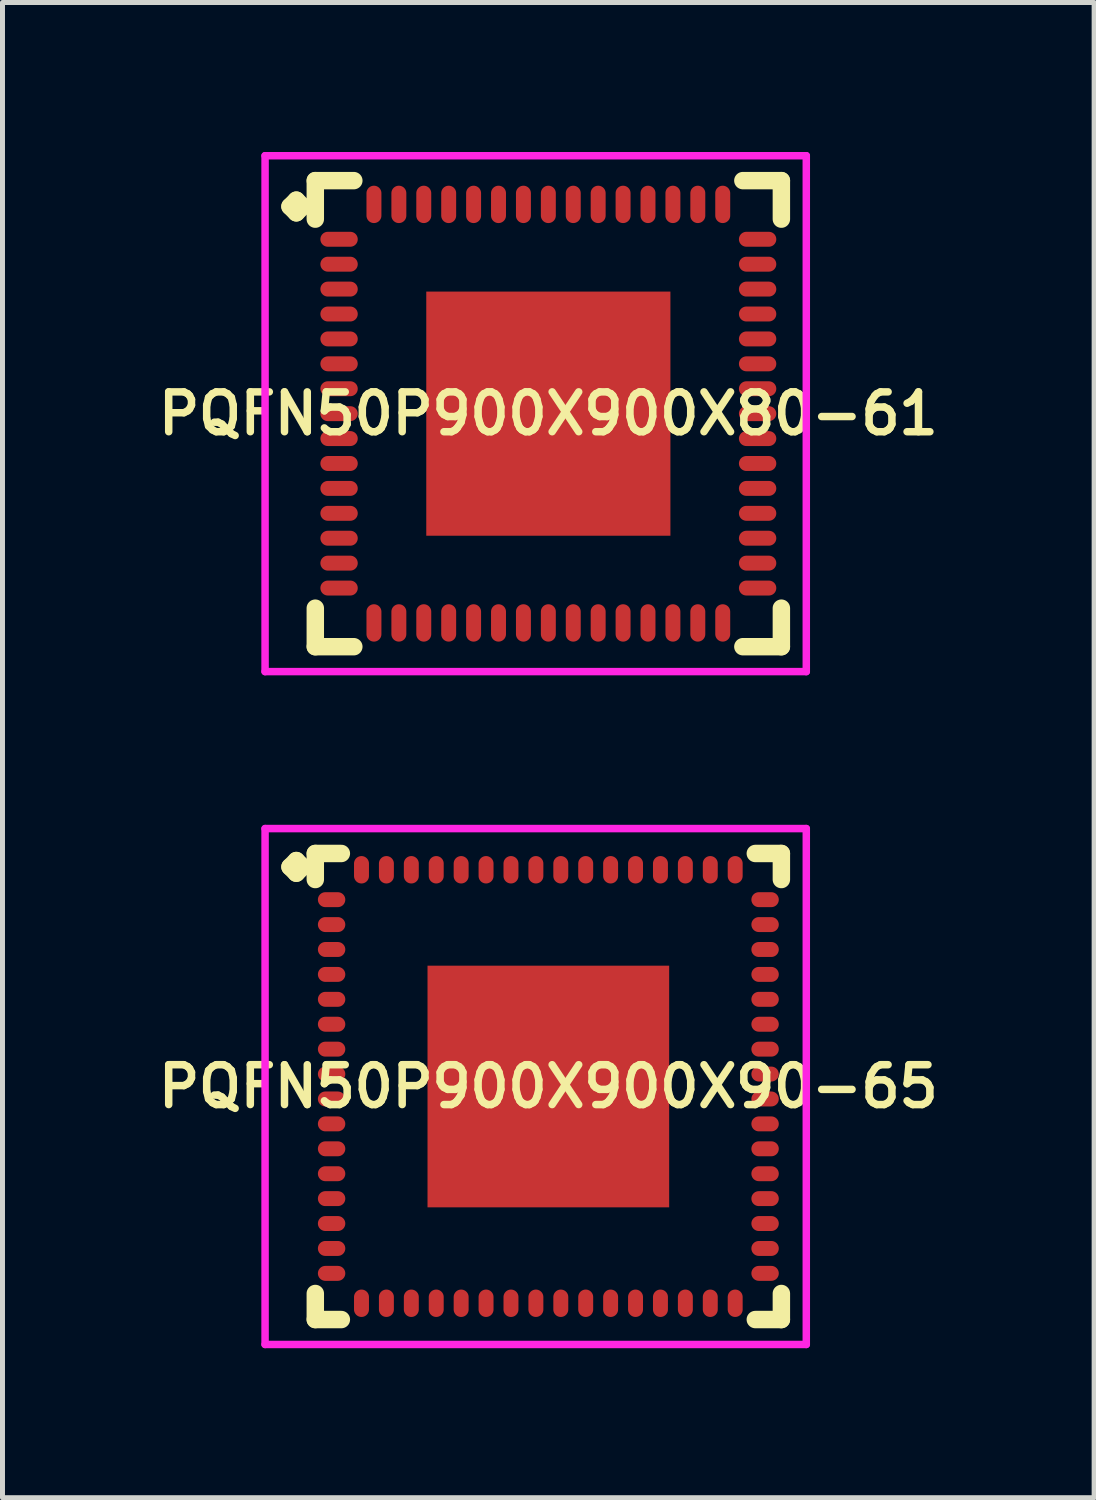
<source format=kicad_pcb>
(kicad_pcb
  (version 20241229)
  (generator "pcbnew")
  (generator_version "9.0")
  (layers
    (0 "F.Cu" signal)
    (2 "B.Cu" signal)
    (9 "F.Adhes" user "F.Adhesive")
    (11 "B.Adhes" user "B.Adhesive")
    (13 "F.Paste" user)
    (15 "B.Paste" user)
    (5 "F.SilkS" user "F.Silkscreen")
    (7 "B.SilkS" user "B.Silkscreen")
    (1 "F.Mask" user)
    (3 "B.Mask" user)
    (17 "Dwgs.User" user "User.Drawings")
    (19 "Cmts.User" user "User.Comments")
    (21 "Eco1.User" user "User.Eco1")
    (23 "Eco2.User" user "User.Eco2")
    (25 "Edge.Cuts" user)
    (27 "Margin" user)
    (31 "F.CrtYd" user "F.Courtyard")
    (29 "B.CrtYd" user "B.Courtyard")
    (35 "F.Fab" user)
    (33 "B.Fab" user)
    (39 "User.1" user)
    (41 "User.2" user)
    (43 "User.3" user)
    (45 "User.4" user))
  (footprint "PQFN50P900X900X90-65"
    (layer "F.Cu")
    (at 7.955 18.756)
    (property "Reference" "PQFN50P900X900X90-65" (at 0 0 0) (layer "F.SilkS") (effects (font (size 0.8 0.8) (thickness 0.15))))
    (attr through_hole)
    (fp_line (start -5.185 -4.408) (end -5.058 -4.535) (stroke (width 0.35) (type solid)) (layer "F.SilkS"))
    (fp_line (start -5.058 -4.535) (end -4.931 -4.408) (stroke (width 0.35) (type solid)) (layer "F.SilkS"))
    (fp_line (start -5.058 -4.281) (end -5.185 -4.408) (stroke (width 0.35) (type solid)) (layer "F.SilkS"))
    (fp_line (start -4.931 -4.408) (end -5.058 -4.281) (stroke (width 0.35) (type solid)) (layer "F.SilkS"))
    (fp_line (start -4.677 -4.677) (end -4.154 -4.677) (stroke (width 0.35) (type solid)) (layer "F.SilkS"))
    (fp_line (start -4.677 -4.154) (end -4.677 -4.677) (stroke (width 0.35) (type solid)) (layer "F.SilkS"))
    (fp_line (start -4.677 4.154) (end -4.677 4.677) (stroke (width 0.35) (type solid)) (layer "F.SilkS"))
    (fp_line (start -4.677 4.677) (end -4.154 4.677) (stroke (width 0.35) (type solid)) (layer "F.SilkS"))
    (fp_line (start 4.154 -4.677) (end 4.677 -4.677) (stroke (width 0.35) (type solid)) (layer "F.SilkS"))
    (fp_line (start 4.154 4.677) (end 4.677 4.677) (stroke (width 0.35) (type solid)) (layer "F.SilkS"))
    (fp_line (start 4.677 -4.677) (end 4.677 -4.154) (stroke (width 0.35) (type solid)) (layer "F.SilkS"))
    (fp_line (start 4.677 4.677) (end 4.677 4.154) (stroke (width 0.35) (type solid)) (layer "F.SilkS"))
    (fp_line (start -5.685 -5.177) (end 5.177 -5.177) (stroke (width 0.15) (type solid)) (layer "F.CrtYd"))
    (fp_line (start -5.685 5.177) (end -5.685 -5.177) (stroke (width 0.15) (type solid)) (layer "F.CrtYd"))
    (fp_line (start 5.177 -5.177) (end 5.177 5.177) (stroke (width 0.15) (type solid)) (layer "F.CrtYd"))
    (fp_line (start 5.177 5.177) (end -5.685 5.177) (stroke (width 0.15) (type solid)) (layer "F.CrtYd"))
    (pad "1" smd oval (at -4.35 -3.75) (size 0.55 0.3) (layers "F.Cu" "F.Mask" "F.Paste"))
    (pad "2" smd oval (at -4.35 -3.25) (size 0.55 0.3) (layers "F.Cu" "F.Mask" "F.Paste"))
    (pad "3" smd oval (at -4.35 -2.75) (size 0.55 0.3) (layers "F.Cu" "F.Mask" "F.Paste"))
    (pad "4" smd oval (at -4.35 -2.25) (size 0.55 0.3) (layers "F.Cu" "F.Mask" "F.Paste"))
    (pad "5" smd oval (at -4.35 -1.75) (size 0.55 0.3) (layers "F.Cu" "F.Mask" "F.Paste"))
    (pad "6" smd oval (at -4.35 -1.25) (size 0.55 0.3) (layers "F.Cu" "F.Mask" "F.Paste"))
    (pad "7" smd oval (at -4.35 -0.75) (size 0.55 0.3) (layers "F.Cu" "F.Mask" "F.Paste"))
    (pad "8" smd oval (at -4.35 -0.25) (size 0.55 0.3) (layers "F.Cu" "F.Mask" "F.Paste"))
    (pad "9" smd oval (at -4.35 0.25) (size 0.55 0.3) (layers "F.Cu" "F.Mask" "F.Paste"))
    (pad "10" smd oval (at -4.35 0.75) (size 0.55 0.3) (layers "F.Cu" "F.Mask" "F.Paste"))
    (pad "11" smd oval (at -4.35 1.25) (size 0.55 0.3) (layers "F.Cu" "F.Mask" "F.Paste"))
    (pad "12" smd oval (at -4.35 1.75) (size 0.55 0.3) (layers "F.Cu" "F.Mask" "F.Paste"))
    (pad "13" smd oval (at -4.35 2.25) (size 0.55 0.3) (layers "F.Cu" "F.Mask" "F.Paste"))
    (pad "14" smd oval (at -4.35 2.75) (size 0.55 0.3) (layers "F.Cu" "F.Mask" "F.Paste"))
    (pad "15" smd oval (at -4.35 3.25) (size 0.55 0.3) (layers "F.Cu" "F.Mask" "F.Paste"))
    (pad "16" smd oval (at -4.35 3.75) (size 0.55 0.3) (layers "F.Cu" "F.Mask" "F.Paste"))
    (pad "17" smd oval (at -3.75 4.35) (size 0.3 0.55) (layers "F.Cu" "F.Mask" "F.Paste"))
    (pad "18" smd oval (at -3.25 4.35) (size 0.3 0.55) (layers "F.Cu" "F.Mask" "F.Paste"))
    (pad "19" smd oval (at -2.75 4.35) (size 0.3 0.55) (layers "F.Cu" "F.Mask" "F.Paste"))
    (pad "20" smd oval (at -2.25 4.35) (size 0.3 0.55) (layers "F.Cu" "F.Mask" "F.Paste"))
    (pad "21" smd oval (at -1.75 4.35) (size 0.3 0.55) (layers "F.Cu" "F.Mask" "F.Paste"))
    (pad "22" smd oval (at -1.25 4.35) (size 0.3 0.55) (layers "F.Cu" "F.Mask" "F.Paste"))
    (pad "23" smd oval (at -0.75 4.35) (size 0.3 0.55) (layers "F.Cu" "F.Mask" "F.Paste"))
    (pad "24" smd oval (at -0.25 4.35) (size 0.3 0.55) (layers "F.Cu" "F.Mask" "F.Paste"))
    (pad "25" smd oval (at 0.25 4.35) (size 0.3 0.55) (layers "F.Cu" "F.Mask" "F.Paste"))
    (pad "26" smd oval (at 0.75 4.35) (size 0.3 0.55) (layers "F.Cu" "F.Mask" "F.Paste"))
    (pad "27" smd oval (at 1.25 4.35) (size 0.3 0.55) (layers "F.Cu" "F.Mask" "F.Paste"))
    (pad "28" smd oval (at 1.75 4.35) (size 0.3 0.55) (layers "F.Cu" "F.Mask" "F.Paste"))
    (pad "29" smd oval (at 2.25 4.35) (size 0.3 0.55) (layers "F.Cu" "F.Mask" "F.Paste"))
    (pad "30" smd oval (at 2.75 4.35) (size 0.3 0.55) (layers "F.Cu" "F.Mask" "F.Paste"))
    (pad "31" smd oval (at 3.25 4.35) (size 0.3 0.55) (layers "F.Cu" "F.Mask" "F.Paste"))
    (pad "32" smd oval (at 3.75 4.35) (size 0.3 0.55) (layers "F.Cu" "F.Mask" "F.Paste"))
    (pad "33" smd oval (at 4.35 3.75) (size 0.55 0.3) (layers "F.Cu" "F.Mask" "F.Paste"))
    (pad "34" smd oval (at 4.35 3.25) (size 0.55 0.3) (layers "F.Cu" "F.Mask" "F.Paste"))
    (pad "35" smd oval (at 4.35 2.75) (size 0.55 0.3) (layers "F.Cu" "F.Mask" "F.Paste"))
    (pad "36" smd oval (at 4.35 2.25) (size 0.55 0.3) (layers "F.Cu" "F.Mask" "F.Paste"))
    (pad "37" smd oval (at 4.35 1.75) (size 0.55 0.3) (layers "F.Cu" "F.Mask" "F.Paste"))
    (pad "38" smd oval (at 4.35 1.25) (size 0.55 0.3) (layers "F.Cu" "F.Mask" "F.Paste"))
    (pad "39" smd oval (at 4.35 0.75) (size 0.55 0.3) (layers "F.Cu" "F.Mask" "F.Paste"))
    (pad "40" smd oval (at 4.35 0.25) (size 0.55 0.3) (layers "F.Cu" "F.Mask" "F.Paste"))
    (pad "41" smd oval (at 4.35 -0.25) (size 0.55 0.3) (layers "F.Cu" "F.Mask" "F.Paste"))
    (pad "42" smd oval (at 4.35 -0.75) (size 0.55 0.3) (layers "F.Cu" "F.Mask" "F.Paste"))
    (pad "43" smd oval (at 4.35 -1.25) (size 0.55 0.3) (layers "F.Cu" "F.Mask" "F.Paste"))
    (pad "44" smd oval (at 4.35 -1.75) (size 0.55 0.3) (layers "F.Cu" "F.Mask" "F.Paste"))
    (pad "45" smd oval (at 4.35 -2.25) (size 0.55 0.3) (layers "F.Cu" "F.Mask" "F.Paste"))
    (pad "46" smd oval (at 4.35 -2.75) (size 0.55 0.3) (layers "F.Cu" "F.Mask" "F.Paste"))
    (pad "47" smd oval (at 4.35 -3.25) (size 0.55 0.3) (layers "F.Cu" "F.Mask" "F.Paste"))
    (pad "48" smd oval (at 4.35 -3.75) (size 0.55 0.3) (layers "F.Cu" "F.Mask" "F.Paste"))
    (pad "49" smd oval (at 3.75 -4.35) (size 0.3 0.55) (layers "F.Cu" "F.Mask" "F.Paste"))
    (pad "50" smd oval (at 3.25 -4.35) (size 0.3 0.55) (layers "F.Cu" "F.Mask" "F.Paste"))
    (pad "51" smd oval (at 2.75 -4.35) (size 0.3 0.55) (layers "F.Cu" "F.Mask" "F.Paste"))
    (pad "52" smd oval (at 2.25 -4.35) (size 0.3 0.55) (layers "F.Cu" "F.Mask" "F.Paste"))
    (pad "53" smd oval (at 1.75 -4.35) (size 0.3 0.55) (layers "F.Cu" "F.Mask" "F.Paste"))
    (pad "54" smd oval (at 1.25 -4.35) (size 0.3 0.55) (layers "F.Cu" "F.Mask" "F.Paste"))
    (pad "55" smd oval (at 0.75 -4.35) (size 0.3 0.55) (layers "F.Cu" "F.Mask" "F.Paste"))
    (pad "56" smd oval (at 0.25 -4.35) (size 0.3 0.55) (layers "F.Cu" "F.Mask" "F.Paste"))
    (pad "57" smd oval (at -0.25 -4.35) (size 0.3 0.55) (layers "F.Cu" "F.Mask" "F.Paste"))
    (pad "58" smd oval (at -0.75 -4.35) (size 0.3 0.55) (layers "F.Cu" "F.Mask" "F.Paste"))
    (pad "59" smd oval (at -1.25 -4.35) (size 0.3 0.55) (layers "F.Cu" "F.Mask" "F.Paste"))
    (pad "60" smd oval (at -1.75 -4.35) (size 0.3 0.55) (layers "F.Cu" "F.Mask" "F.Paste"))
    (pad "61" smd oval (at -2.25 -4.35) (size 0.3 0.55) (layers "F.Cu" "F.Mask" "F.Paste"))
    (pad "62" smd oval (at -2.75 -4.35) (size 0.3 0.55) (layers "F.Cu" "F.Mask" "F.Paste"))
    (pad "63" smd oval (at -3.25 -4.35) (size 0.3 0.55) (layers "F.Cu" "F.Mask" "F.Paste"))
    (pad "64" smd oval (at -3.75 -4.35) (size 0.3 0.55) (layers "F.Cu" "F.Mask" "F.Paste"))
    (pad "65" smd rect (at 0 0) (size 4.85 4.85) (layers "F.Cu" "F.Mask" "F.Paste")))
  (footprint "PQFN50P900X900X80-61"
    (layer "F.Cu")
    (at 7.955 5.252)
    (property "Reference" "PQFN50P900X900X80-61" (at 0 0 0) (layer "F.SilkS") (effects (font (size 0.8 0.8) (thickness 0.15))))
    (attr smd)
    (fp_line (start -5.185 -4.158) (end -5.058 -4.285) (stroke (width 0.35) (type solid)) (layer "F.SilkS"))
    (fp_line (start -5.058 -4.285) (end -4.931 -4.158) (stroke (width 0.35) (type solid)) (layer "F.SilkS"))
    (fp_line (start -5.058 -4.031) (end -5.185 -4.158) (stroke (width 0.35) (type solid)) (layer "F.SilkS"))
    (fp_line (start -4.931 -4.158) (end -5.058 -4.031) (stroke (width 0.35) (type solid)) (layer "F.SilkS"))
    (fp_line (start -4.677 -4.677) (end -3.904 -4.677) (stroke (width 0.35) (type solid)) (layer "F.SilkS"))
    (fp_line (start -4.677 -3.904) (end -4.677 -4.677) (stroke (width 0.35) (type solid)) (layer "F.SilkS"))
    (fp_line (start -4.677 3.904) (end -4.677 4.677) (stroke (width 0.35) (type solid)) (layer "F.SilkS"))
    (fp_line (start -4.677 4.677) (end -3.904 4.677) (stroke (width 0.35) (type solid)) (layer "F.SilkS"))
    (fp_line (start 3.904 -4.677) (end 4.677 -4.677) (stroke (width 0.35) (type solid)) (layer "F.SilkS"))
    (fp_line (start 3.904 4.677) (end 4.677 4.677) (stroke (width 0.35) (type solid)) (layer "F.SilkS"))
    (fp_line (start 4.677 -4.677) (end 4.677 -3.904) (stroke (width 0.35) (type solid)) (layer "F.SilkS"))
    (fp_line (start 4.677 4.677) (end 4.677 3.904) (stroke (width 0.35) (type solid)) (layer "F.SilkS"))
    (fp_line (start -5.685 -5.177) (end 5.177 -5.177) (stroke (width 0.15) (type solid)) (layer "F.CrtYd"))
    (fp_line (start -5.685 5.177) (end -5.685 -5.177) (stroke (width 0.15) (type solid)) (layer "F.CrtYd"))
    (fp_line (start 5.177 -5.177) (end 5.177 5.177) (stroke (width 0.15) (type solid)) (layer "F.CrtYd"))
    (fp_line (start 5.177 5.177) (end -5.685 5.177) (stroke (width 0.15) (type solid)) (layer "F.CrtYd"))
    (pad "1" smd oval (at -4.2 -3.5) (size 0.75 0.3) (layers "F.Cu" "F.Mask" "F.Paste"))
    (pad "2" smd oval (at -4.2 -3) (size 0.75 0.3) (layers "F.Cu" "F.Mask" "F.Paste"))
    (pad "3" smd oval (at -4.2 -2.5) (size 0.75 0.3) (layers "F.Cu" "F.Mask" "F.Paste"))
    (pad "4" smd oval (at -4.2 -2) (size 0.75 0.3) (layers "F.Cu" "F.Mask" "F.Paste"))
    (pad "5" smd oval (at -4.2 -1.5) (size 0.75 0.3) (layers "F.Cu" "F.Mask" "F.Paste"))
    (pad "6" smd oval (at -4.2 -1) (size 0.75 0.3) (layers "F.Cu" "F.Mask" "F.Paste"))
    (pad "7" smd oval (at -4.2 -0.5) (size 0.75 0.3) (layers "F.Cu" "F.Mask" "F.Paste"))
    (pad "8" smd oval (at -4.2 0) (size 0.75 0.3) (layers "F.Cu" "F.Mask" "F.Paste"))
    (pad "9" smd oval (at -4.2 0.5) (size 0.75 0.3) (layers "F.Cu" "F.Mask" "F.Paste"))
    (pad "10" smd oval (at -4.2 1) (size 0.75 0.3) (layers "F.Cu" "F.Mask" "F.Paste"))
    (pad "11" smd oval (at -4.2 1.5) (size 0.75 0.3) (layers "F.Cu" "F.Mask" "F.Paste"))
    (pad "12" smd oval (at -4.2 2) (size 0.75 0.3) (layers "F.Cu" "F.Mask" "F.Paste"))
    (pad "13" smd oval (at -4.2 2.5) (size 0.75 0.3) (layers "F.Cu" "F.Mask" "F.Paste"))
    (pad "14" smd oval (at -4.2 3) (size 0.75 0.3) (layers "F.Cu" "F.Mask" "F.Paste"))
    (pad "15" smd oval (at -4.2 3.5) (size 0.75 0.3) (layers "F.Cu" "F.Mask" "F.Paste"))
    (pad "16" smd oval (at -3.5 4.2) (size 0.3 0.75) (layers "F.Cu" "F.Mask" "F.Paste"))
    (pad "17" smd oval (at -3 4.2) (size 0.3 0.75) (layers "F.Cu" "F.Mask" "F.Paste"))
    (pad "18" smd oval (at -2.5 4.2) (size 0.3 0.75) (layers "F.Cu" "F.Mask" "F.Paste"))
    (pad "19" smd oval (at -2 4.2) (size 0.3 0.75) (layers "F.Cu" "F.Mask" "F.Paste"))
    (pad "20" smd oval (at -1.5 4.2) (size 0.3 0.75) (layers "F.Cu" "F.Mask" "F.Paste"))
    (pad "21" smd oval (at -1 4.2) (size 0.3 0.75) (layers "F.Cu" "F.Mask" "F.Paste"))
    (pad "22" smd oval (at -0.5 4.2) (size 0.3 0.75) (layers "F.Cu" "F.Mask" "F.Paste"))
    (pad "23" smd oval (at 0 4.2) (size 0.3 0.75) (layers "F.Cu" "F.Mask" "F.Paste"))
    (pad "24" smd oval (at 0.5 4.2) (size 0.3 0.75) (layers "F.Cu" "F.Mask" "F.Paste"))
    (pad "25" smd oval (at 1 4.2) (size 0.3 0.75) (layers "F.Cu" "F.Mask" "F.Paste"))
    (pad "26" smd oval (at 1.5 4.2) (size 0.3 0.75) (layers "F.Cu" "F.Mask" "F.Paste"))
    (pad "27" smd oval (at 2 4.2) (size 0.3 0.75) (layers "F.Cu" "F.Mask" "F.Paste"))
    (pad "28" smd oval (at 2.5 4.2) (size 0.3 0.75) (layers "F.Cu" "F.Mask" "F.Paste"))
    (pad "29" smd oval (at 3 4.2) (size 0.3 0.75) (layers "F.Cu" "F.Mask" "F.Paste"))
    (pad "30" smd oval (at 3.5 4.2) (size 0.3 0.75) (layers "F.Cu" "F.Mask" "F.Paste"))
    (pad "31" smd oval (at 4.2 3.5) (size 0.75 0.3) (layers "F.Cu" "F.Mask" "F.Paste"))
    (pad "32" smd oval (at 4.2 3) (size 0.75 0.3) (layers "F.Cu" "F.Mask" "F.Paste"))
    (pad "33" smd oval (at 4.2 2.5) (size 0.75 0.3) (layers "F.Cu" "F.Mask" "F.Paste"))
    (pad "34" smd oval (at 4.2 2) (size 0.75 0.3) (layers "F.Cu" "F.Mask" "F.Paste"))
    (pad "35" smd oval (at 4.2 1.5) (size 0.75 0.3) (layers "F.Cu" "F.Mask" "F.Paste"))
    (pad "36" smd oval (at 4.2 1) (size 0.75 0.3) (layers "F.Cu" "F.Mask" "F.Paste"))
    (pad "37" smd oval (at 4.2 0.5) (size 0.75 0.3) (layers "F.Cu" "F.Mask" "F.Paste"))
    (pad "38" smd oval (at 4.2 0) (size 0.75 0.3) (layers "F.Cu" "F.Mask" "F.Paste"))
    (pad "39" smd oval (at 4.2 -0.5) (size 0.75 0.3) (layers "F.Cu" "F.Mask" "F.Paste"))
    (pad "40" smd oval (at 4.2 -1) (size 0.75 0.3) (layers "F.Cu" "F.Mask" "F.Paste"))
    (pad "41" smd oval (at 4.2 -1.5) (size 0.75 0.3) (layers "F.Cu" "F.Mask" "F.Paste"))
    (pad "42" smd oval (at 4.2 -2) (size 0.75 0.3) (layers "F.Cu" "F.Mask" "F.Paste"))
    (pad "43" smd oval (at 4.2 -2.5) (size 0.75 0.3) (layers "F.Cu" "F.Mask" "F.Paste"))
    (pad "44" smd oval (at 4.2 -3) (size 0.75 0.3) (layers "F.Cu" "F.Mask" "F.Paste"))
    (pad "45" smd oval (at 4.2 -3.5) (size 0.75 0.3) (layers "F.Cu" "F.Mask" "F.Paste"))
    (pad "46" smd oval (at 3.5 -4.2) (size 0.3 0.75) (layers "F.Cu" "F.Mask" "F.Paste"))
    (pad "47" smd oval (at 3 -4.2) (size 0.3 0.75) (layers "F.Cu" "F.Mask" "F.Paste"))
    (pad "48" smd oval (at 2.5 -4.2) (size 0.3 0.75) (layers "F.Cu" "F.Mask" "F.Paste"))
    (pad "49" smd oval (at 2 -4.2) (size 0.3 0.75) (layers "F.Cu" "F.Mask" "F.Paste"))
    (pad "50" smd oval (at 1.5 -4.2) (size 0.3 0.75) (layers "F.Cu" "F.Mask" "F.Paste"))
    (pad "51" smd oval (at 1 -4.2) (size 0.3 0.75) (layers "F.Cu" "F.Mask" "F.Paste"))
    (pad "52" smd oval (at 0.5 -4.2) (size 0.3 0.75) (layers "F.Cu" "F.Mask" "F.Paste"))
    (pad "53" smd oval (at 0 -4.2) (size 0.3 0.75) (layers "F.Cu" "F.Mask" "F.Paste"))
    (pad "54" smd oval (at -0.5 -4.2) (size 0.3 0.75) (layers "F.Cu" "F.Mask" "F.Paste"))
    (pad "55" smd oval (at -1 -4.2) (size 0.3 0.75) (layers "F.Cu" "F.Mask" "F.Paste"))
    (pad "56" smd oval (at -1.5 -4.2) (size 0.3 0.75) (layers "F.Cu" "F.Mask" "F.Paste"))
    (pad "57" smd oval (at -2 -4.2) (size 0.3 0.75) (layers "F.Cu" "F.Mask" "F.Paste"))
    (pad "58" smd oval (at -2.5 -4.2) (size 0.3 0.75) (layers "F.Cu" "F.Mask" "F.Paste"))
    (pad "59" smd oval (at -3 -4.2) (size 0.3 0.75) (layers "F.Cu" "F.Mask" "F.Paste"))
    (pad "60" smd oval (at -3.5 -4.2) (size 0.3 0.75) (layers "F.Cu" "F.Mask" "F.Paste"))
    (pad "61" smd rect (at 0 0) (size 4.9 4.9) (layers "F.Cu" "F.Mask" "F.Paste")))
  (gr_rect
    (start -3 -3)
    (end 18.909 27.008)
    (stroke (width 0.1) (type default))
    (fill no)
    (layer "Edge.Cuts")))
</source>
